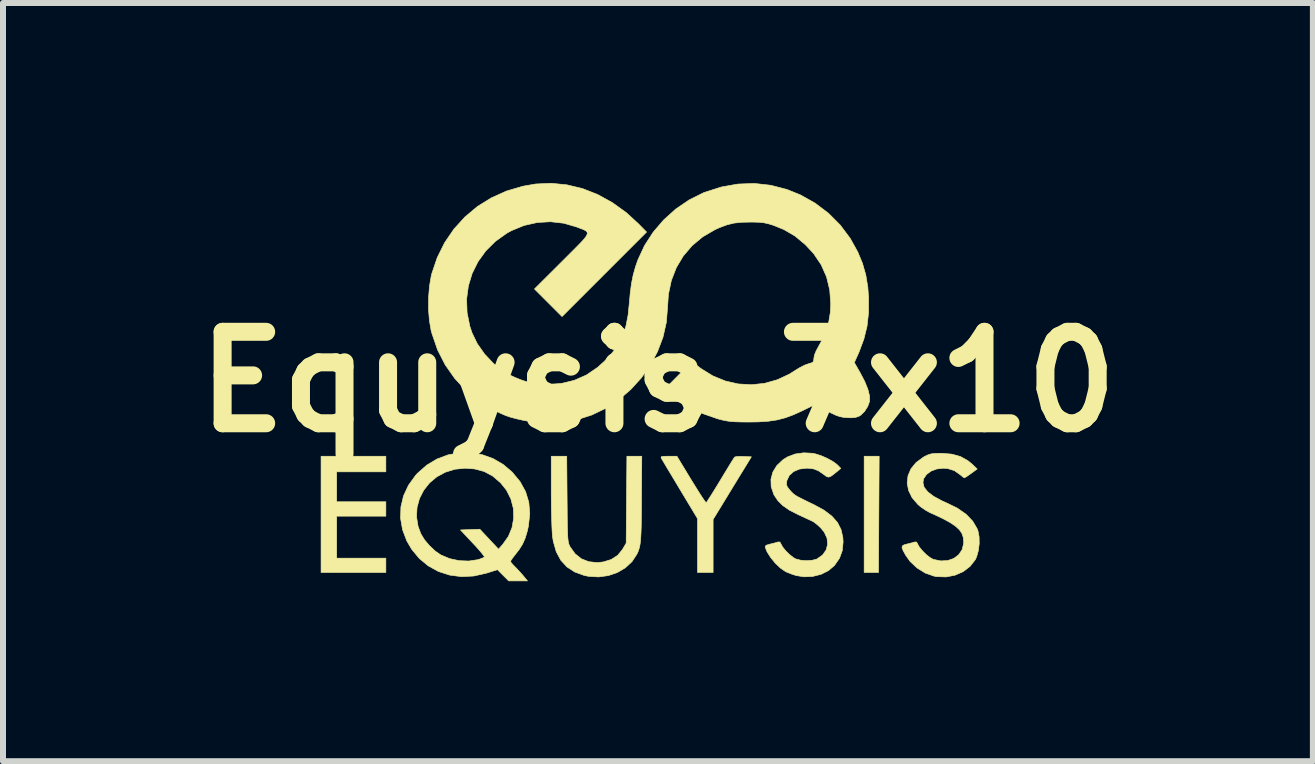
<source format=kicad_pcb>
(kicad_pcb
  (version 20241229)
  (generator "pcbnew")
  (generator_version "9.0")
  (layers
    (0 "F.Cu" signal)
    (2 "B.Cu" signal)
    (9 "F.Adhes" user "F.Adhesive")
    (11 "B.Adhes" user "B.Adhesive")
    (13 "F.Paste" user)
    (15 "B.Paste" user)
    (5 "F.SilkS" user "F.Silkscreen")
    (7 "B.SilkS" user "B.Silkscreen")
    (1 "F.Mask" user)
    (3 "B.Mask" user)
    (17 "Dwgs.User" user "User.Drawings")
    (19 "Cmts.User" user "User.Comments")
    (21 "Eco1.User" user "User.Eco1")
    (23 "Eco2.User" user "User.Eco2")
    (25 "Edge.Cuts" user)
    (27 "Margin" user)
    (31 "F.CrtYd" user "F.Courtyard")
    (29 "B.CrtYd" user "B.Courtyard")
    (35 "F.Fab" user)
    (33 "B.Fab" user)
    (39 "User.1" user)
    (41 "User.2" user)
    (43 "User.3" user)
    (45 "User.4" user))
  (footprint "Equysis 7x10"
    (layer "F.Cu")
    (at 7.918 3.316)
    (property "Reference" "Equysis 7x10" (at 0 0 0) (layer "F.SilkS") (effects (font (size 1.524 1.524) (thickness 0.3))))
    (attr through_hole)
    (fp_poly (pts (xy 3.676 3.177) (xy 3.437 3.177) (xy 3.437 1.239) (xy 3.562 1.239) (xy 3.687 1.239) (xy 3.676 3.177)) (stroke (width 0.01) (type solid)) (fill yes) (layer "F.SilkS"))
    (fp_poly (pts (xy -4.536 1.499) (xy -5.356 1.499) (xy -5.356 1.998) (xy -4.536 1.998) (xy -4.536 2.238) (xy -5.356 2.238) (xy -5.356 2.938) (xy -4.536 2.938) (xy -4.536 3.177) (xy -5.616 3.177) (xy -5.616 1.239) (xy -4.536 1.239) (xy -4.536 1.499)) (stroke (width 0.01) (type solid)) (fill yes) (layer "F.SilkS"))
    (fp_poly (pts (xy 0.552 1.629) (xy 0.621 1.74) (xy 0.682 1.838) (xy 0.734 1.919) (xy 0.774 1.978) (xy 0.798 2.009) (xy 0.803 2.014) (xy 0.817 1.996) (xy 0.848 1.948) (xy 0.894 1.877) (xy 0.95 1.786) (xy 1.014 1.682) (xy 1.04 1.639) (xy 1.106 1.529) (xy 1.166 1.431) (xy 1.216 1.349) (xy 1.253 1.29) (xy 1.275 1.257) (xy 1.278 1.253) (xy 1.304 1.246) (xy 1.358 1.242) (xy 1.425 1.243) (xy 1.557 1.249) (xy 1.441 1.439) (xy 1.391 1.52) (xy 1.327 1.625) (xy 1.254 1.744) (xy 1.179 1.867) (xy 1.122 1.961) (xy 0.919 2.293) (xy 0.919 3.177) (xy 0.659 3.177) (xy 0.659 2.278) (xy 0.37 1.798) (xy 0.294 1.671) (xy 0.224 1.554) (xy 0.162 1.452) (xy 0.113 1.369) (xy 0.078 1.31) (xy 0.06 1.28) (xy 0.06 1.278) (xy 0.051 1.258) (xy 0.058 1.246) (xy 0.088 1.241) (xy 0.148 1.239) (xy 0.178 1.239) (xy 0.316 1.239) (xy 0.552 1.629)) (stroke (width 0.01) (type solid)) (fill yes) (layer "F.SilkS"))
    (fp_poly (pts (xy -0.274 1.894) (xy -0.275 2.1) (xy -0.277 2.27) (xy -0.279 2.41) (xy -0.283 2.522) (xy -0.288 2.611) (xy -0.295 2.682) (xy -0.304 2.738) (xy -0.316 2.784) (xy -0.33 2.825) (xy -0.348 2.864) (xy -0.35 2.87) (xy -0.433 2.996) (xy -0.544 3.099) (xy -0.678 3.178) (xy -0.828 3.229) (xy -0.99 3.251) (xy -1.156 3.241) (xy -1.228 3.227) (xy -1.387 3.169) (xy -1.518 3.084) (xy -1.621 2.971) (xy -1.696 2.83) (xy -1.745 2.658) (xy -1.758 2.578) (xy -1.763 2.514) (xy -1.768 2.416) (xy -1.772 2.293) (xy -1.776 2.15) (xy -1.778 1.996) (xy -1.779 1.837) (xy -1.779 1.824) (xy -1.779 1.239) (xy -1.521 1.239) (xy -1.515 1.953) (xy -1.513 2.142) (xy -1.512 2.294) (xy -1.51 2.416) (xy -1.507 2.51) (xy -1.504 2.581) (xy -1.499 2.635) (xy -1.493 2.674) (xy -1.486 2.703) (xy -1.476 2.727) (xy -1.465 2.749) (xy -1.383 2.864) (xy -1.278 2.948) (xy -1.154 2.997) (xy -1.014 3.012) (xy -0.911 3.001) (xy -0.778 2.96) (xy -0.672 2.891) (xy -0.59 2.791) (xy -0.586 2.783) (xy -0.53 2.688) (xy -0.524 1.963) (xy -0.518 1.239) (xy -0.394 1.239) (xy -0.27 1.239) (xy -0.274 1.894)) (stroke (width 0.01) (type solid)) (fill yes) (layer "F.SilkS"))
    (fp_poly (pts (xy 4.726 1.19) (xy 4.897 1.204) (xy 5.042 1.244) (xy 5.167 1.314) (xy 5.233 1.368) (xy 5.321 1.452) (xy 5.221 1.525) (xy 5.166 1.564) (xy 5.125 1.59) (xy 5.107 1.599) (xy 5.085 1.586) (xy 5.048 1.556) (xy 5.04 1.549) (xy 4.941 1.479) (xy 4.828 1.444) (xy 4.755 1.439) (xy 4.645 1.452) (xy 4.55 1.488) (xy 4.476 1.544) (xy 4.429 1.613) (xy 4.417 1.677) (xy 4.436 1.755) (xy 4.496 1.832) (xy 4.594 1.907) (xy 4.73 1.981) (xy 4.813 2.018) (xy 4.991 2.105) (xy 5.137 2.207) (xy 5.247 2.322) (xy 5.321 2.448) (xy 5.335 2.486) (xy 5.353 2.583) (xy 5.355 2.698) (xy 5.34 2.814) (xy 5.311 2.917) (xy 5.29 2.963) (xy 5.201 3.076) (xy 5.087 3.163) (xy 4.952 3.222) (xy 4.804 3.251) (xy 4.65 3.246) (xy 4.603 3.238) (xy 4.456 3.187) (xy 4.319 3.102) (xy 4.201 2.991) (xy 4.128 2.888) (xy 4.087 2.813) (xy 4.068 2.765) (xy 4.073 2.735) (xy 4.102 2.716) (xy 4.151 2.703) (xy 4.215 2.687) (xy 4.266 2.673) (xy 4.28 2.668) (xy 4.311 2.67) (xy 4.327 2.7) (xy 4.356 2.752) (xy 4.408 2.815) (xy 4.471 2.878) (xy 4.536 2.929) (xy 4.59 2.959) (xy 4.591 2.959) (xy 4.715 2.984) (xy 4.83 2.978) (xy 4.931 2.943) (xy 5.012 2.882) (xy 5.069 2.799) (xy 5.095 2.696) (xy 5.096 2.666) (xy 5.089 2.592) (xy 5.066 2.525) (xy 5.023 2.463) (xy 4.957 2.403) (xy 4.864 2.341) (xy 4.741 2.275) (xy 4.584 2.201) (xy 4.537 2.181) (xy 4.461 2.139) (xy 4.38 2.083) (xy 4.334 2.044) (xy 4.236 1.93) (xy 4.177 1.809) (xy 4.154 1.686) (xy 4.168 1.564) (xy 4.217 1.449) (xy 4.302 1.345) (xy 4.421 1.257) (xy 4.446 1.242) (xy 4.501 1.216) (xy 4.553 1.2) (xy 4.614 1.192) (xy 4.698 1.19) (xy 4.726 1.19)) (stroke (width 0.01) (type solid)) (fill yes) (layer "F.SilkS"))
    (fp_poly (pts (xy -2.93 1.213) (xy -2.747 1.279) (xy -2.576 1.379) (xy -2.43 1.504) (xy -2.299 1.662) (xy -2.207 1.829) (xy -2.153 2.007) (xy -2.137 2.197) (xy -2.159 2.4) (xy -2.178 2.487) (xy -2.213 2.604) (xy -2.256 2.702) (xy -2.315 2.796) (xy -2.381 2.881) (xy -2.422 2.934) (xy -2.45 2.975) (xy -2.458 2.992) (xy -2.445 3.016) (xy -2.411 3.054) (xy -2.396 3.069) (xy -2.348 3.118) (xy -2.29 3.181) (xy -2.254 3.222) (xy -2.175 3.317) (xy -2.489 3.317) (xy -2.582 3.224) (xy -2.675 3.13) (xy -2.862 3.189) (xy -3.072 3.236) (xy -3.278 3.246) (xy -3.475 3.22) (xy -3.66 3.16) (xy -3.829 3.067) (xy -3.979 2.943) (xy -4.106 2.789) (xy -4.187 2.651) (xy -4.258 2.463) (xy -4.291 2.272) (xy -4.29 2.248) (xy -4.025 2.248) (xy -3.999 2.408) (xy -3.952 2.533) (xy -3.893 2.631) (xy -3.808 2.731) (xy -3.712 2.821) (xy -3.619 2.885) (xy -3.473 2.946) (xy -3.314 2.98) (xy -3.154 2.986) (xy -3.005 2.964) (xy -2.973 2.954) (xy -2.925 2.936) (xy -2.895 2.921) (xy -2.893 2.92) (xy -2.901 2.902) (xy -2.933 2.86) (xy -2.983 2.8) (xy -3.048 2.728) (xy -3.086 2.688) (xy -3.292 2.468) (xy -3.131 2.462) (xy -2.969 2.456) (xy -2.814 2.622) (xy -2.658 2.788) (xy -2.589 2.71) (xy -2.493 2.575) (xy -2.432 2.426) (xy -2.405 2.268) (xy -2.411 2.108) (xy -2.452 1.951) (xy -2.526 1.804) (xy -2.624 1.682) (xy -2.756 1.569) (xy -2.898 1.493) (xy -3.056 1.451) (xy -3.211 1.439) (xy -3.386 1.456) (xy -3.546 1.506) (xy -3.688 1.583) (xy -3.808 1.684) (xy -3.905 1.806) (xy -3.975 1.943) (xy -4.016 2.091) (xy -4.025 2.248) (xy -4.29 2.248) (xy -4.285 2.083) (xy -4.241 1.899) (xy -4.159 1.723) (xy -4.041 1.559) (xy -4.009 1.524) (xy -3.855 1.388) (xy -3.685 1.286) (xy -3.502 1.217) (xy -3.312 1.182) (xy -3.12 1.181) (xy -2.93 1.213)) (stroke (width 0.01) (type solid)) (fill yes) (layer "F.SilkS"))
    (fp_poly (pts (xy 2.578 1.19) (xy 2.621 1.199) (xy 2.717 1.229) (xy 2.818 1.273) (xy 2.912 1.324) (xy 2.983 1.376) (xy 3.001 1.393) (xy 3.048 1.442) (xy 2.988 1.492) (xy 2.921 1.546) (xy 2.875 1.578) (xy 2.842 1.587) (xy 2.811 1.578) (xy 2.774 1.551) (xy 2.761 1.541) (xy 2.675 1.482) (xy 2.594 1.45) (xy 2.499 1.439) (xy 2.476 1.439) (xy 2.359 1.453) (xy 2.262 1.494) (xy 2.19 1.558) (xy 2.15 1.642) (xy 2.145 1.663) (xy 2.142 1.711) (xy 2.156 1.75) (xy 2.192 1.797) (xy 2.204 1.811) (xy 2.232 1.841) (xy 2.258 1.866) (xy 2.289 1.889) (xy 2.33 1.914) (xy 2.389 1.944) (xy 2.469 1.984) (xy 2.579 2.037) (xy 2.602 2.048) (xy 2.769 2.139) (xy 2.898 2.237) (xy 2.992 2.343) (xy 3.052 2.462) (xy 3.082 2.595) (xy 3.086 2.668) (xy 3.072 2.813) (xy 3.026 2.939) (xy 2.944 3.057) (xy 2.939 3.063) (xy 2.84 3.147) (xy 2.717 3.208) (xy 2.578 3.243) (xy 2.434 3.249) (xy 2.303 3.228) (xy 2.226 3.203) (xy 2.151 3.173) (xy 2.123 3.16) (xy 2.041 3.103) (xy 1.955 3.021) (xy 1.878 2.927) (xy 1.818 2.832) (xy 1.791 2.766) (xy 1.788 2.74) (xy 1.805 2.723) (xy 1.851 2.708) (xy 1.873 2.703) (xy 1.937 2.687) (xy 1.987 2.673) (xy 2.002 2.668) (xy 2.033 2.67) (xy 2.049 2.699) (xy 2.078 2.752) (xy 2.129 2.815) (xy 2.192 2.877) (xy 2.256 2.928) (xy 2.297 2.951) (xy 2.377 2.972) (xy 2.473 2.98) (xy 2.567 2.974) (xy 2.643 2.955) (xy 2.653 2.95) (xy 2.745 2.884) (xy 2.804 2.8) (xy 2.828 2.705) (xy 2.818 2.605) (xy 2.772 2.505) (xy 2.711 2.431) (xy 2.656 2.381) (xy 2.604 2.34) (xy 2.578 2.324) (xy 2.539 2.306) (xy 2.474 2.276) (xy 2.393 2.238) (xy 2.336 2.212) (xy 2.191 2.138) (xy 2.08 2.061) (xy 1.997 1.978) (xy 1.934 1.883) (xy 1.93 1.873) (xy 1.887 1.747) (xy 1.883 1.623) (xy 1.915 1.503) (xy 1.982 1.394) (xy 2.082 1.299) (xy 2.158 1.251) (xy 2.286 1.202) (xy 2.43 1.182) (xy 2.578 1.19)) (stroke (width 0.01) (type solid)) (fill yes) (layer "F.SilkS"))
    (fp_poly (pts (xy -1.518 -3.285) (xy -1.259 -3.223) (xy -1.006 -3.124) (xy -0.763 -2.99) (xy -0.531 -2.824) (xy -0.33 -2.64) (xy -0.19 -2.498) (xy -0.895 -1.793) (xy -1.599 -1.089) (xy -2.059 -1.549) (xy -1.598 -2.008) (xy -1.468 -2.138) (xy -1.363 -2.243) (xy -1.283 -2.325) (xy -1.226 -2.388) (xy -1.191 -2.436) (xy -1.177 -2.472) (xy -1.182 -2.499) (xy -1.205 -2.52) (xy -1.243 -2.54) (xy -1.297 -2.56) (xy -1.357 -2.583) (xy -1.571 -2.645) (xy -1.791 -2.67) (xy -2.013 -2.657) (xy -2.231 -2.608) (xy -2.441 -2.522) (xy -2.518 -2.48) (xy -2.709 -2.344) (xy -2.87 -2.184) (xy -3 -2.004) (xy -3.098 -1.807) (xy -3.161 -1.598) (xy -3.19 -1.379) (xy -3.182 -1.154) (xy -3.136 -0.927) (xy -3.099 -0.816) (xy -3.012 -0.637) (xy -2.891 -0.465) (xy -2.743 -0.308) (xy -2.573 -0.173) (xy -2.564 -0.167) (xy -2.489 -0.124) (xy -2.392 -0.078) (xy -2.288 -0.036) (xy -2.246 -0.021) (xy -2.144 0.011) (xy -2.061 0.031) (xy -1.981 0.041) (xy -1.886 0.045) (xy -1.849 0.045) (xy -1.613 0.027) (xy -1.395 -0.026) (xy -1.193 -0.115) (xy -1.006 -0.242) (xy -0.89 -0.347) (xy -0.762 -0.485) (xy -0.663 -0.623) (xy -0.588 -0.769) (xy -0.534 -0.93) (xy -0.498 -1.114) (xy -0.479 -1.299) (xy -0.462 -1.486) (xy -0.441 -1.643) (xy -0.413 -1.783) (xy -0.376 -1.915) (xy -0.335 -2.033) (xy -0.224 -2.273) (xy -0.079 -2.497) (xy 0.096 -2.701) (xy 0.296 -2.881) (xy 0.517 -3.032) (xy 0.755 -3.151) (xy 0.778 -3.16) (xy 1.056 -3.249) (xy 1.332 -3.298) (xy 1.607 -3.308) (xy 1.879 -3.278) (xy 2.149 -3.208) (xy 2.375 -3.117) (xy 2.619 -2.98) (xy 2.841 -2.812) (xy 3.037 -2.616) (xy 3.204 -2.393) (xy 3.33 -2.167) (xy 3.409 -1.976) (xy 3.464 -1.784) (xy 3.498 -1.578) (xy 3.511 -1.399) (xy 3.51 -1.153) (xy 3.485 -0.928) (xy 3.432 -0.713) (xy 3.35 -0.494) (xy 3.333 -0.456) (xy 3.273 -0.323) (xy 3.374 -0.146) (xy 3.449 -0.002) (xy 3.5 0.127) (xy 3.527 0.236) (xy 3.528 0.321) (xy 3.527 0.325) (xy 3.496 0.41) (xy 3.444 0.492) (xy 3.381 0.554) (xy 3.354 0.571) (xy 3.297 0.591) (xy 3.22 0.598) (xy 3.155 0.596) (xy 3.088 0.59) (xy 3.029 0.578) (xy 2.966 0.556) (xy 2.889 0.52) (xy 2.817 0.483) (xy 2.615 0.378) (xy 2.412 0.478) (xy 2.261 0.547) (xy 2.123 0.598) (xy 1.985 0.634) (xy 1.837 0.656) (xy 1.669 0.667) (xy 1.519 0.669) (xy 1.39 0.668) (xy 1.291 0.665) (xy 1.212 0.66) (xy 1.144 0.65) (xy 1.076 0.636) (xy 0.998 0.616) (xy 0.995 0.615) (xy 0.739 0.526) (xy 0.502 0.404) (xy 0.276 0.247) (xy 0.223 0.204) (xy 0.117 0.114) (xy 0.565 -0.336) (xy 0.72 -0.22) (xy 0.915 -0.1) (xy 1.123 -0.015) (xy 1.338 0.034) (xy 1.558 0.047) (xy 1.777 0.024) (xy 1.99 -0.036) (xy 2.193 -0.131) (xy 2.29 -0.193) (xy 2.366 -0.239) (xy 2.444 -0.279) (xy 2.505 -0.301) (xy 2.561 -0.318) (xy 2.589 -0.336) (xy 2.597 -0.366) (xy 2.598 -0.387) (xy 2.608 -0.447) (xy 2.634 -0.511) (xy 2.638 -0.52) (xy 2.734 -0.697) (xy 2.803 -0.856) (xy 2.848 -1.006) (xy 2.873 -1.158) (xy 2.88 -1.3) (xy 2.863 -1.533) (xy 2.81 -1.751) (xy 2.721 -1.952) (xy 2.594 -2.14) (xy 2.455 -2.289) (xy 2.283 -2.432) (xy 2.098 -2.54) (xy 1.928 -2.609) (xy 1.844 -2.635) (xy 1.768 -2.652) (xy 1.686 -2.661) (xy 1.583 -2.664) (xy 1.549 -2.664) (xy 1.395 -2.661) (xy 1.267 -2.647) (xy 1.149 -2.618) (xy 1.028 -2.573) (xy 0.949 -2.537) (xy 0.745 -2.418) (xy 0.569 -2.271) (xy 0.422 -2.099) (xy 0.306 -1.905) (xy 0.223 -1.691) (xy 0.174 -1.46) (xy 0.16 -1.249) (xy 0.14 -0.995) (xy 0.084 -0.747) (xy -0.007 -0.506) (xy -0.128 -0.278) (xy -0.278 -0.066) (xy -0.454 0.127) (xy -0.651 0.297) (xy -0.868 0.439) (xy -1.102 0.551) (xy -1.319 0.621) (xy -1.466 0.649) (xy -1.635 0.666) (xy -1.815 0.674) (xy -1.991 0.671) (xy -2.151 0.657) (xy -2.242 0.641) (xy -2.362 0.614) (xy -2.456 0.589) (xy -2.538 0.561) (xy -2.62 0.526) (xy -2.717 0.478) (xy -2.742 0.466) (xy -2.984 0.32) (xy -3.2 0.145) (xy -3.388 -0.058) (xy -3.547 -0.285) (xy -3.674 -0.534) (xy -3.767 -0.804) (xy -3.782 -0.859) (xy -3.81 -1.023) (xy -3.825 -1.209) (xy -3.824 -1.404) (xy -3.809 -1.594) (xy -3.78 -1.765) (xy -3.772 -1.799) (xy -3.68 -2.071) (xy -3.556 -2.321) (xy -3.401 -2.548) (xy -3.218 -2.749) (xy -3.01 -2.924) (xy -2.777 -3.068) (xy -2.524 -3.182) (xy -2.251 -3.262) (xy -2.039 -3.299) (xy -1.779 -3.311) (xy -1.518 -3.285)) (stroke (width 0.01) (type solid)) (fill yes) (layer "F.SilkS")))
  (gr_rect
    (start -3 -3)
    (end 18.835 9.639)
    (stroke (width 0.1) (type default))
    (fill no)
    (layer "Edge.Cuts")))
</source>
